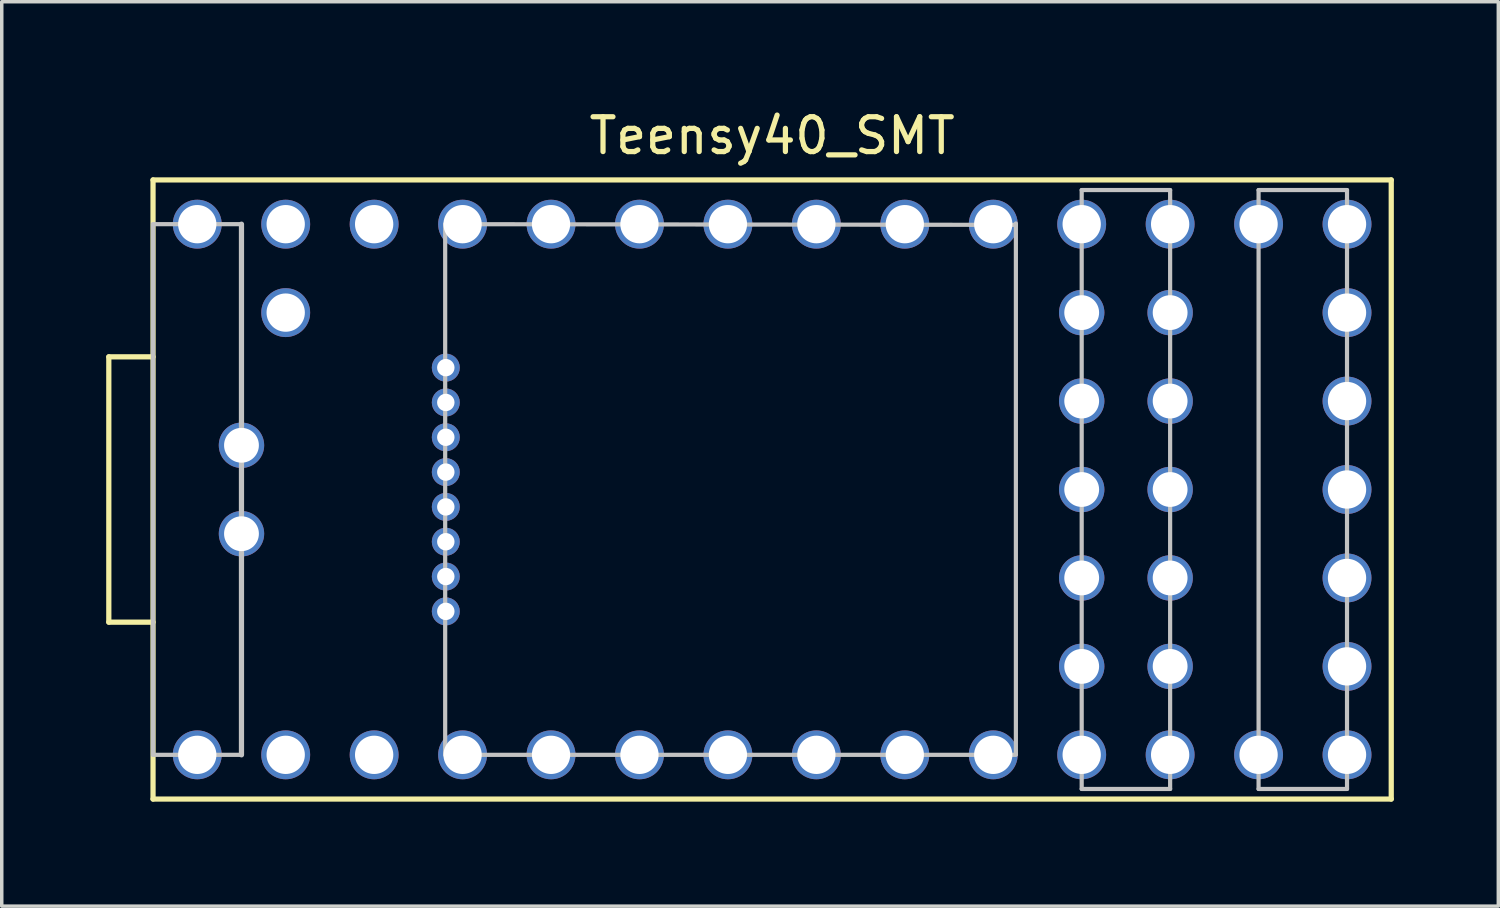
<source format=kicad_pcb>
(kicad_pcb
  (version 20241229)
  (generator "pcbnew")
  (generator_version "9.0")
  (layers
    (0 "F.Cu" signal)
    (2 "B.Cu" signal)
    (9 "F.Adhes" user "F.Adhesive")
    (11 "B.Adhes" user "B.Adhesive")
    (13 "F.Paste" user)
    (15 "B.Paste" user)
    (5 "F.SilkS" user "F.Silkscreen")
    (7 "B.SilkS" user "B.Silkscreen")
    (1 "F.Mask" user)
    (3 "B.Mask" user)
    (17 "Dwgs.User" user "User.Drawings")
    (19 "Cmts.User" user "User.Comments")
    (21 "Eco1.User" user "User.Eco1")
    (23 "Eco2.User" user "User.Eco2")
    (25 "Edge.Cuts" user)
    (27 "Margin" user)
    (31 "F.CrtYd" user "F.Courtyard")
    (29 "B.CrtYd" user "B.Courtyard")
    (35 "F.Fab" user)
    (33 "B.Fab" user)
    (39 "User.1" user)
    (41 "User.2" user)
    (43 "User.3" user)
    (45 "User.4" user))
  (footprint "Teensy40_SMT"
    (layer "F.Cu")
    (at 19.125 11.008)
    (property "Reference" "Teensy40_SMT" (at 0 -10.16 0) (layer "F.SilkS") (effects (font (size 1 1) (thickness 0.15))))
    (attr through_hole)
    (fp_line (start -19.05 -3.81) (end -19.05 3.81) (stroke (width 0.15) (type solid)) (layer "F.SilkS"))
    (fp_line (start -19.05 3.81) (end -17.78 3.81) (stroke (width 0.15) (type solid)) (layer "F.SilkS"))
    (fp_line (start -17.78 -8.89) (end -17.78 8.89) (stroke (width 0.15) (type solid)) (layer "F.SilkS"))
    (fp_line (start -17.78 -3.81) (end -19.05 -3.81) (stroke (width 0.15) (type solid)) (layer "F.SilkS"))
    (fp_line (start -17.78 8.89) (end 17.78 8.89) (stroke (width 0.15) (type solid)) (layer "F.SilkS"))
    (fp_line (start 17.78 -8.89) (end -17.78 -8.89) (stroke (width 0.15) (type solid)) (layer "F.SilkS"))
    (fp_line (start 17.78 8.89) (end 17.78 -8.89) (stroke (width 0.15) (type solid)) (layer "F.SilkS"))
    (fp_line (start -17.78 -7.62) (end -17.78 7.62) (stroke (width 0.12) (type solid)) (layer "Dwgs.User"))
    (fp_line (start -17.78 -7.62) (end -15.24 -7.62) (stroke (width 0.12) (type solid)) (layer "Dwgs.User"))
    (fp_line (start -17.78 7.62) (end -15.24 7.62) (stroke (width 0.12) (type solid)) (layer "Dwgs.User"))
    (fp_line (start -15.24 -7.62) (end -15.24 7.62) (stroke (width 0.15) (type solid)) (layer "Dwgs.User"))
    (fp_line (start -9.39 -7.62) (end -9.39 7.62) (stroke (width 0.12) (type solid)) (layer "Dwgs.User"))
    (fp_line (start -9.39 -7.62) (end 7 -7.6) (stroke (width 0.12) (type solid)) (layer "Dwgs.User"))
    (fp_line (start -9.39 7.62) (end 7 7.62) (stroke (width 0.12) (type solid)) (layer "Dwgs.User"))
    (fp_line (start 7 -7.64) (end 7 7.6) (stroke (width 0.12) (type solid)) (layer "Dwgs.User"))
    (fp_line (start 8.89 -8.6) (end 8.89 8.6) (stroke (width 0.12) (type solid)) (layer "Dwgs.User"))
    (fp_line (start 8.89 8.6) (end 11.43 8.6) (stroke (width 0.12) (type solid)) (layer "Dwgs.User"))
    (fp_line (start 11.43 -8.6) (end 8.89 -8.6) (stroke (width 0.12) (type solid)) (layer "Dwgs.User"))
    (fp_line (start 11.43 8.6) (end 11.43 -8.6) (stroke (width 0.12) (type solid)) (layer "Dwgs.User"))
    (fp_line (start 13.97 -8.6) (end 16.51 -8.6) (stroke (width 0.12) (type solid)) (layer "Dwgs.User"))
    (fp_line (start 13.97 8.6) (end 13.97 -8.6) (stroke (width 0.12) (type solid)) (layer "Dwgs.User"))
    (fp_line (start 16.51 -8.6) (end 16.51 8.6) (stroke (width 0.12) (type solid)) (layer "Dwgs.User"))
    (fp_line (start 16.51 8.6) (end 13.97 8.6) (stroke (width 0.12) (type solid)) (layer "Dwgs.User"))
    (fp_poly (pts (xy -17.272 -0.762) (xy -14.732 -0.762) (xy -14.732 -1.778) (xy -17.272 -1.778)) (stroke (width 0.1) (type solid)) (fill no) (layer "Eco1.User"))
    (fp_poly (pts (xy -17.272 1.778) (xy -14.732 1.778) (xy -14.732 0.762) (xy -17.272 0.762)) (stroke (width 0.1) (type solid)) (fill no) (layer "Eco1.User"))
    (fp_poly (pts (xy -9.5 -3.75) (xy -7.5 -3.75) (xy -7.5 -3.25) (xy -9.5 -3.25)) (stroke (width 0.1) (type solid)) (fill no) (layer "Eco1.User"))
    (fp_poly (pts (xy -9.5 -2.75) (xy -7.5 -2.75) (xy -7.5 -2.25) (xy -9.5 -2.25)) (stroke (width 0.1) (type solid)) (fill no) (layer "Eco1.User"))
    (fp_poly (pts (xy -9.5 -1.75) (xy -7.5 -1.75) (xy -7.5 -1.25) (xy -9.5 -1.25)) (stroke (width 0.1) (type solid)) (fill no) (layer "Eco1.User"))
    (fp_poly (pts (xy -9.5 -0.75) (xy -7.5 -0.75) (xy -7.5 -0.25) (xy -9.5 -0.25)) (stroke (width 0.1) (type solid)) (fill no) (layer "Eco1.User"))
    (fp_poly (pts (xy -9.5 0.25) (xy -7.5 0.25) (xy -7.5 0.75) (xy -9.5 0.75)) (stroke (width 0.1) (type solid)) (fill no) (layer "Eco1.User"))
    (fp_poly (pts (xy -9.5 1.25) (xy -7.5 1.25) (xy -7.5 1.75) (xy -9.5 1.75)) (stroke (width 0.1) (type solid)) (fill no) (layer "Eco1.User"))
    (fp_poly (pts (xy -9.5 2.25) (xy -7.5 2.25) (xy -7.5 2.75) (xy -9.5 2.75)) (stroke (width 0.1) (type solid)) (fill no) (layer "Eco1.User"))
    (fp_poly (pts (xy -9.5 3.25) (xy -7.5 3.25) (xy -7.5 3.75) (xy -9.5 3.75)) (stroke (width 0.1) (type solid)) (fill no) (layer "Eco1.User"))
    (fp_poly (pts (xy 6.858 -4.572) (xy 9.398 -4.572) (xy 9.398 -5.588) (xy 6.858 -5.588)) (stroke (width 0.1) (type solid)) (fill no) (layer "Eco1.User"))
    (fp_poly (pts (xy 6.858 -2.032) (xy 9.398 -2.032) (xy 9.398 -3.048) (xy 6.858 -3.048)) (stroke (width 0.1) (type solid)) (fill no) (layer "Eco1.User"))
    (fp_poly (pts (xy 6.858 0.508) (xy 9.398 0.508) (xy 9.398 -0.508) (xy 6.858 -0.508)) (stroke (width 0.1) (type solid)) (fill no) (layer "Eco1.User"))
    (fp_poly (pts (xy 6.858 3.048) (xy 9.398 3.048) (xy 9.398 2.032) (xy 6.858 2.032)) (stroke (width 0.1) (type solid)) (fill no) (layer "Eco1.User"))
    (fp_poly (pts (xy 6.858 5.588) (xy 9.398 5.588) (xy 9.398 4.572) (xy 6.858 4.572)) (stroke (width 0.1) (type solid)) (fill no) (layer "Eco1.User"))
    (fp_poly (pts (xy 10.922 -4.572) (xy 13.462 -4.572) (xy 13.462 -5.588) (xy 10.922 -5.588)) (stroke (width 0.1) (type solid)) (fill no) (layer "Eco1.User"))
    (fp_poly (pts (xy 10.922 -2.032) (xy 13.462 -2.032) (xy 13.462 -3.048) (xy 10.922 -3.048)) (stroke (width 0.1) (type solid)) (fill no) (layer "Eco1.User"))
    (fp_poly (pts (xy 10.922 0.508) (xy 13.462 0.508) (xy 13.462 -0.508) (xy 10.922 -0.508)) (stroke (width 0.1) (type solid)) (fill no) (layer "Eco1.User"))
    (fp_poly (pts (xy 10.922 3.048) (xy 13.462 3.048) (xy 13.462 2.032) (xy 10.922 2.032)) (stroke (width 0.1) (type solid)) (fill no) (layer "Eco1.User"))
    (fp_poly (pts (xy 10.922 5.588) (xy 13.462 5.588) (xy 13.462 4.572) (xy 10.922 4.572)) (stroke (width 0.1) (type solid)) (fill no) (layer "Eco1.User"))
    (pad "1" thru_hole circle (at -16.51 7.62) (size 1.404 1.404) (drill 1.1) (layers "*.Cu" "*.Mask"))
    (pad "2" thru_hole circle (at -13.97 7.62) (size 1.404 1.404) (drill 1.1) (layers "*.Cu" "*.Mask"))
    (pad "3" thru_hole circle (at -11.43 7.62) (size 1.404 1.404) (drill 1.1) (layers "*.Cu" "*.Mask"))
    (pad "4" thru_hole circle (at -8.89 7.62) (size 1.404 1.404) (drill 1.1) (layers "*.Cu" "*.Mask"))
    (pad "5" thru_hole circle (at -6.35 7.62) (size 1.404 1.404) (drill 1.1) (layers "*.Cu" "*.Mask"))
    (pad "6" thru_hole circle (at -3.81 7.62) (size 1.404 1.404) (drill 1.1) (layers "*.Cu" "*.Mask"))
    (pad "7" thru_hole circle (at -1.27 7.62) (size 1.404 1.404) (drill 1.1) (layers "*.Cu" "*.Mask"))
    (pad "8" thru_hole circle (at 1.27 7.62) (size 1.404 1.404) (drill 1.1) (layers "*.Cu" "*.Mask"))
    (pad "9" thru_hole circle (at 3.81 7.62) (size 1.404 1.404) (drill 1.1) (layers "*.Cu" "*.Mask"))
    (pad "10" thru_hole circle (at 6.35 7.62) (size 1.404 1.404) (drill 1.1) (layers "*.Cu" "*.Mask"))
    (pad "11" thru_hole circle (at 8.89 7.62) (size 1.404 1.404) (drill 1.1) (layers "*.Cu" "*.Mask"))
    (pad "12" thru_hole circle (at 11.43 7.62) (size 1.404 1.404) (drill 1.1) (layers "*.Cu" "*.Mask"))
    (pad "13" thru_hole circle (at 13.97 7.62) (size 1.404 1.404) (drill 1.1) (layers "*.Cu" "*.Mask"))
    (pad "14" thru_hole circle (at 16.51 7.62) (size 1.404 1.404) (drill 1.1) (layers "*.Cu" "*.Mask"))
    (pad "15" thru_hole circle (at 16.51 5.08) (size 1.404 1.404) (drill 1.1) (layers "*.Cu" "*.Mask"))
    (pad "16" thru_hole circle (at 16.51 2.54) (size 1.404 1.404) (drill 1.1) (layers "*.Cu" "*.Mask"))
    (pad "17" thru_hole circle (at 16.51 0) (size 1.404 1.404) (drill 1.1) (layers "*.Cu" "*.Mask"))
    (pad "18" thru_hole circle (at 16.51 -2.54) (size 1.404 1.404) (drill 1.1) (layers "*.Cu" "*.Mask"))
    (pad "19" thru_hole circle (at 16.51 -5.08) (size 1.404 1.404) (drill 1.1) (layers "*.Cu" "*.Mask"))
    (pad "20" thru_hole circle (at 16.51 -7.62) (size 1.404 1.404) (drill 1.1) (layers "*.Cu" "*.Mask"))
    (pad "21" thru_hole circle (at 13.97 -7.62) (size 1.404 1.404) (drill 1.1) (layers "*.Cu" "*.Mask"))
    (pad "22" thru_hole circle (at 11.43 -7.62) (size 1.404 1.404) (drill 1.1) (layers "*.Cu" "*.Mask"))
    (pad "23" thru_hole circle (at 8.89 -7.62) (size 1.404 1.404) (drill 1.1) (layers "*.Cu" "*.Mask"))
    (pad "24" thru_hole circle (at 6.35 -7.62) (size 1.404 1.404) (drill 1.1) (layers "*.Cu" "*.Mask"))
    (pad "25" thru_hole circle (at 3.81 -7.62) (size 1.404 1.404) (drill 1.1) (layers "*.Cu" "*.Mask"))
    (pad "26" thru_hole circle (at 1.27 -7.62) (size 1.404 1.404) (drill 1.1) (layers "*.Cu" "*.Mask"))
    (pad "27" thru_hole circle (at -1.27 -7.62) (size 1.404 1.404) (drill 1.1) (layers "*.Cu" "*.Mask"))
    (pad "28" thru_hole circle (at -3.81 -7.62) (size 1.404 1.404) (drill 1.1) (layers "*.Cu" "*.Mask"))
    (pad "29" thru_hole circle (at -6.35 -7.62) (size 1.404 1.404) (drill 1.1) (layers "*.Cu" "*.Mask"))
    (pad "30" thru_hole circle (at -8.89 -7.62) (size 1.404 1.404) (drill 1.1) (layers "*.Cu" "*.Mask"))
    (pad "31" thru_hole circle (at -11.43 -7.62) (size 1.404 1.404) (drill 1.1) (layers "*.Cu" "*.Mask"))
    (pad "32" thru_hole circle (at -13.97 -7.62) (size 1.404 1.404) (drill 1.1) (layers "*.Cu" "*.Mask"))
    (pad "33" thru_hole circle (at -16.51 -7.62) (size 1.404 1.404) (drill 1.1) (layers "*.Cu" "*.Mask"))
    (pad "34" thru_hole circle (at -13.97 -5.08) (size 1.404 1.404) (drill 1.1) (layers "*.Cu" "*.Mask"))
    (pad "35" thru_hole circle (at 11.43 -5.08) (size 1.304 1.304) (drill 1) (layers "*.Cu" "*.Mask"))
    (pad "36" thru_hole circle (at 8.89 -5.08) (size 1.304 1.304) (drill 1) (layers "*.Cu" "*.Mask"))
    (pad "37" thru_hole circle (at 11.43 -2.54) (size 1.304 1.304) (drill 1) (layers "*.Cu" "*.Mask"))
    (pad "38" thru_hole circle (at 8.89 -2.54) (size 1.304 1.304) (drill 1) (layers "*.Cu" "*.Mask"))
    (pad "39" thru_hole circle (at 11.43 0) (size 1.304 1.304) (drill 1) (layers "*.Cu" "*.Mask"))
    (pad "40" thru_hole circle (at 8.89 0) (size 1.304 1.304) (drill 1) (layers "*.Cu" "*.Mask"))
    (pad "41" thru_hole circle (at 11.43 2.54) (size 1.304 1.304) (drill 1) (layers "*.Cu" "*.Mask"))
    (pad "42" thru_hole circle (at 8.89 2.54) (size 1.304 1.304) (drill 1) (layers "*.Cu" "*.Mask"))
    (pad "43" thru_hole circle (at 11.43 5.08) (size 1.304 1.304) (drill 1) (layers "*.Cu" "*.Mask"))
    (pad "44" thru_hole circle (at 8.89 5.08) (size 1.304 1.304) (drill 1) (layers "*.Cu" "*.Mask"))
    (pad "45" thru_hole circle (at -9.372 -3.5) (size 0.804 0.804) (drill 0.5) (layers "*.Cu" "*.Mask"))
    (pad "46" thru_hole circle (at -9.372 -2.5) (size 0.804 0.804) (drill 0.5) (layers "*.Cu" "*.Mask"))
    (pad "47" thru_hole circle (at -9.372 -1.5) (size 0.804 0.804) (drill 0.5) (layers "*.Cu" "*.Mask"))
    (pad "48" thru_hole circle (at -9.372 -0.5) (size 0.804 0.804) (drill 0.5) (layers "*.Cu" "*.Mask"))
    (pad "49" thru_hole circle (at -9.372 0.5) (size 0.804 0.804) (drill 0.5) (layers "*.Cu" "*.Mask"))
    (pad "50" thru_hole circle (at -9.372 1.5) (size 0.804 0.804) (drill 0.5) (layers "*.Cu" "*.Mask"))
    (pad "51" thru_hole circle (at -9.372 2.5) (size 0.804 0.804) (drill 0.5) (layers "*.Cu" "*.Mask"))
    (pad "52" thru_hole circle (at -9.372 3.5) (size 0.804 0.804) (drill 0.5) (layers "*.Cu" "*.Mask"))
    (pad "53" thru_hole circle (at -15.24 -1.27) (size 1.304 1.304) (drill 1) (layers "*.Cu" "*.Mask"))
    (pad "54" thru_hole circle (at -15.24 1.27) (size 1.304 1.304) (drill 1) (layers "*.Cu" "*.Mask")))
  (gr_rect
    (start -3 -3)
    (end 39.98 22.973)
    (stroke (width 0.1) (type default))
    (fill no)
    (layer "Edge.Cuts")))
</source>
